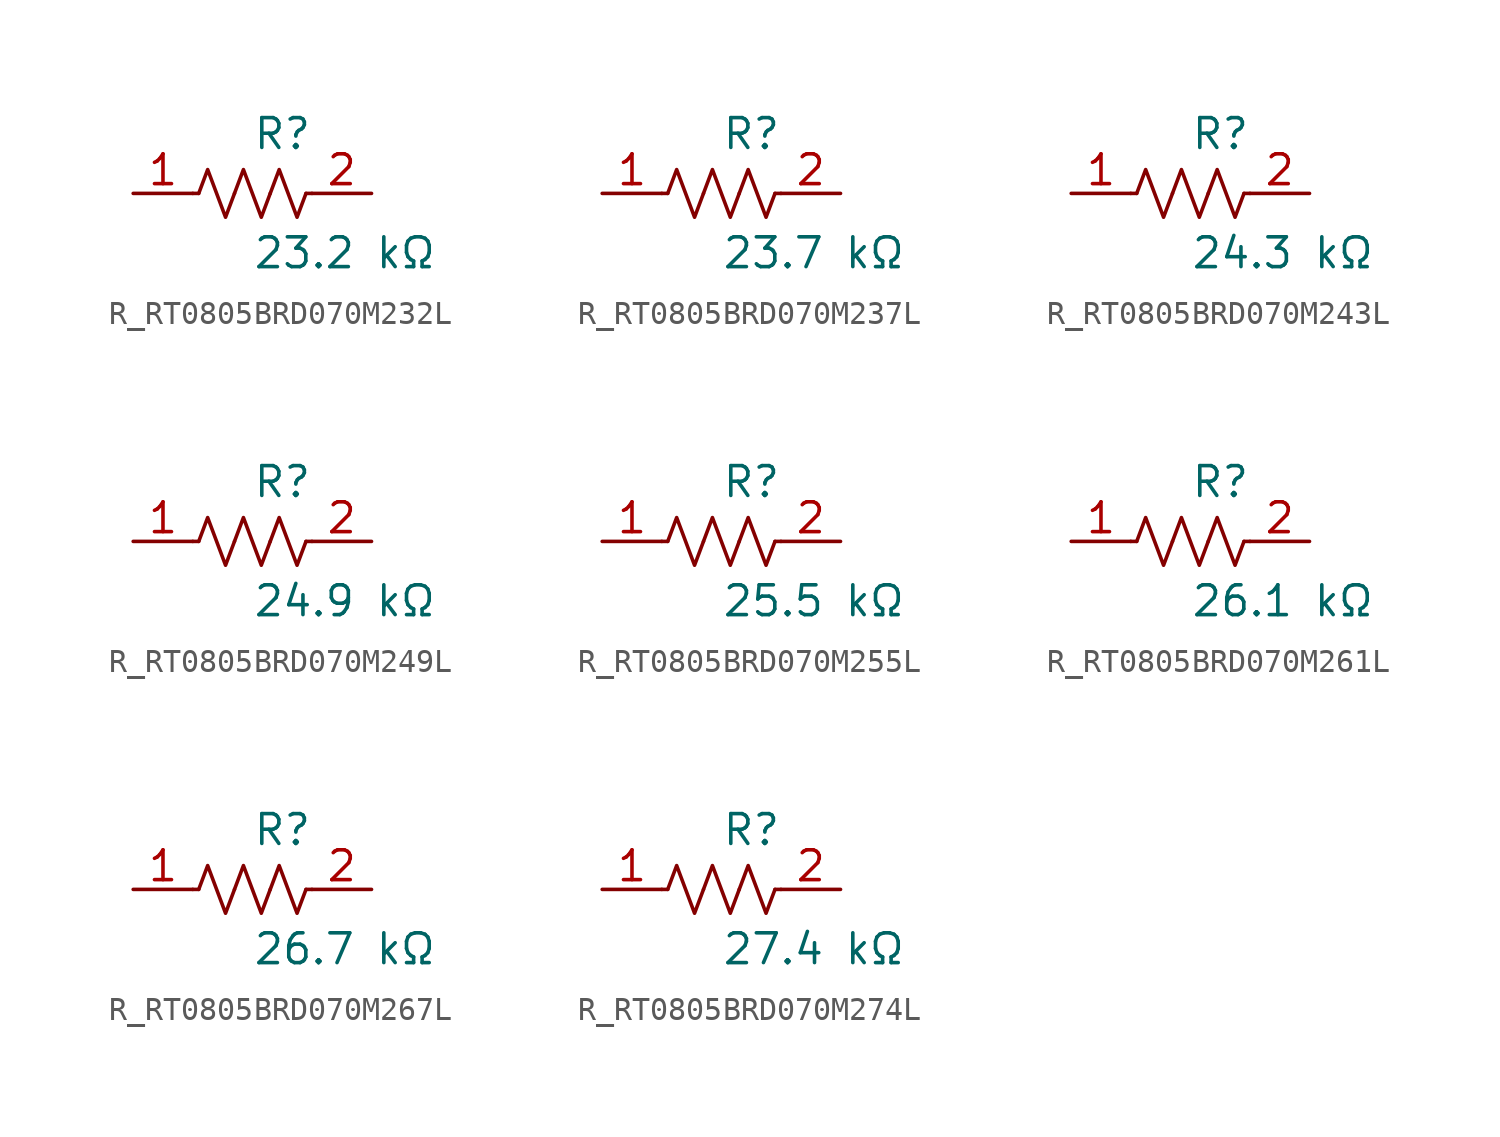
<source format=kicad_sym>
(kicad_symbol_lib
  (version 20231120)
  (generator kicad_symbol_editor)
  (generator_version 8.0)
  (symbol "R_RT0805BRD070M232L"
    (pin_names
      (offset 0.254))
    (property "Reference" "R"
      (at 0.0 2.54 0)
      (effects (font (size 1.27 1.27)) (justify left)))
    (property "Value" "23.2 kΩ"
      (at 0.0 -2.54 0)
      (effects (font (size 1.27 1.27)) (justify left)))
    (symbol "R_RT0805BRD070M232L_0_1"
      (polyline (pts (xy 2.286 0) (xy 2.54 0)) (stroke (width 0) (type default)) (fill (type none)))
      (polyline (pts (xy -2.286 0) (xy -2.54 0)) (stroke (width 0) (type default)) (fill (type none)))
      (polyline (pts (xy 0.762 0) (xy 1.143 1.016) (xy 1.524 0) (xy 1.905 -1.016) (xy 2.286 0)) (stroke (width 0) (type default)) (fill (type none)))
      (polyline (pts (xy -0.762 0) (xy -0.381 1.016) (xy 0 0) (xy 0.381 -1.016) (xy 0.762 0)) (stroke (width 0) (type default)) (fill (type none)))
      (polyline (pts (xy -2.286 0) (xy -1.905 1.016) (xy -1.524 0) (xy -1.143 -1.016) (xy -0.762 0)) (stroke (width 0) (type default)) (fill (type none))))
    (pin unspecified line
      (at -5.08 0 0)
      (length 2.54)
      (name "" (effects (font (size 1.27 1.27))))
      (number "1" (effects (font (size 1.27 1.27)))))
    (pin unspecified line
      (at 5.08 0 180)
      (length 2.54)
      (name "" (effects (font (size 1.27 1.27))))
      (number "2" (effects (font (size 1.27 1.27))))))
  (symbol "R_RT0805BRD070M237L"
    (pin_names
      (offset 0.254))
    (property "Reference" "R"
      (at 0.0 2.54 0)
      (effects (font (size 1.27 1.27)) (justify left)))
    (property "Value" "23.7 kΩ"
      (at 0.0 -2.54 0)
      (effects (font (size 1.27 1.27)) (justify left)))
    (symbol "R_RT0805BRD070M237L_0_1"
      (polyline (pts (xy 2.286 0) (xy 2.54 0)) (stroke (width 0) (type default)) (fill (type none)))
      (polyline (pts (xy -2.286 0) (xy -2.54 0)) (stroke (width 0) (type default)) (fill (type none)))
      (polyline (pts (xy 0.762 0) (xy 1.143 1.016) (xy 1.524 0) (xy 1.905 -1.016) (xy 2.286 0)) (stroke (width 0) (type default)) (fill (type none)))
      (polyline (pts (xy -0.762 0) (xy -0.381 1.016) (xy 0 0) (xy 0.381 -1.016) (xy 0.762 0)) (stroke (width 0) (type default)) (fill (type none)))
      (polyline (pts (xy -2.286 0) (xy -1.905 1.016) (xy -1.524 0) (xy -1.143 -1.016) (xy -0.762 0)) (stroke (width 0) (type default)) (fill (type none))))
    (pin unspecified line
      (at -5.08 0 0)
      (length 2.54)
      (name "" (effects (font (size 1.27 1.27))))
      (number "1" (effects (font (size 1.27 1.27)))))
    (pin unspecified line
      (at 5.08 0 180)
      (length 2.54)
      (name "" (effects (font (size 1.27 1.27))))
      (number "2" (effects (font (size 1.27 1.27))))))
  (symbol "R_RT0805BRD070M243L"
    (pin_names
      (offset 0.254))
    (property "Reference" "R"
      (at 0.0 2.54 0)
      (effects (font (size 1.27 1.27)) (justify left)))
    (property "Value" "24.3 kΩ"
      (at 0.0 -2.54 0)
      (effects (font (size 1.27 1.27)) (justify left)))
    (symbol "R_RT0805BRD070M243L_0_1"
      (polyline (pts (xy 2.286 0) (xy 2.54 0)) (stroke (width 0) (type default)) (fill (type none)))
      (polyline (pts (xy -2.286 0) (xy -2.54 0)) (stroke (width 0) (type default)) (fill (type none)))
      (polyline (pts (xy 0.762 0) (xy 1.143 1.016) (xy 1.524 0) (xy 1.905 -1.016) (xy 2.286 0)) (stroke (width 0) (type default)) (fill (type none)))
      (polyline (pts (xy -0.762 0) (xy -0.381 1.016) (xy 0 0) (xy 0.381 -1.016) (xy 0.762 0)) (stroke (width 0) (type default)) (fill (type none)))
      (polyline (pts (xy -2.286 0) (xy -1.905 1.016) (xy -1.524 0) (xy -1.143 -1.016) (xy -0.762 0)) (stroke (width 0) (type default)) (fill (type none))))
    (pin unspecified line
      (at -5.08 0 0)
      (length 2.54)
      (name "" (effects (font (size 1.27 1.27))))
      (number "1" (effects (font (size 1.27 1.27)))))
    (pin unspecified line
      (at 5.08 0 180)
      (length 2.54)
      (name "" (effects (font (size 1.27 1.27))))
      (number "2" (effects (font (size 1.27 1.27))))))
  (symbol "R_RT0805BRD070M249L"
    (pin_names
      (offset 0.254))
    (property "Reference" "R"
      (at 0.0 2.54 0)
      (effects (font (size 1.27 1.27)) (justify left)))
    (property "Value" "24.9 kΩ"
      (at 0.0 -2.54 0)
      (effects (font (size 1.27 1.27)) (justify left)))
    (symbol "R_RT0805BRD070M249L_0_1"
      (polyline (pts (xy 2.286 0) (xy 2.54 0)) (stroke (width 0) (type default)) (fill (type none)))
      (polyline (pts (xy -2.286 0) (xy -2.54 0)) (stroke (width 0) (type default)) (fill (type none)))
      (polyline (pts (xy 0.762 0) (xy 1.143 1.016) (xy 1.524 0) (xy 1.905 -1.016) (xy 2.286 0)) (stroke (width 0) (type default)) (fill (type none)))
      (polyline (pts (xy -0.762 0) (xy -0.381 1.016) (xy 0 0) (xy 0.381 -1.016) (xy 0.762 0)) (stroke (width 0) (type default)) (fill (type none)))
      (polyline (pts (xy -2.286 0) (xy -1.905 1.016) (xy -1.524 0) (xy -1.143 -1.016) (xy -0.762 0)) (stroke (width 0) (type default)) (fill (type none))))
    (pin unspecified line
      (at -5.08 0 0)
      (length 2.54)
      (name "" (effects (font (size 1.27 1.27))))
      (number "1" (effects (font (size 1.27 1.27)))))
    (pin unspecified line
      (at 5.08 0 180)
      (length 2.54)
      (name "" (effects (font (size 1.27 1.27))))
      (number "2" (effects (font (size 1.27 1.27))))))
  (symbol "R_RT0805BRD070M255L"
    (pin_names
      (offset 0.254))
    (property "Reference" "R"
      (at 0.0 2.54 0)
      (effects (font (size 1.27 1.27)) (justify left)))
    (property "Value" "25.5 kΩ"
      (at 0.0 -2.54 0)
      (effects (font (size 1.27 1.27)) (justify left)))
    (symbol "R_RT0805BRD070M255L_0_1"
      (polyline (pts (xy 2.286 0) (xy 2.54 0)) (stroke (width 0) (type default)) (fill (type none)))
      (polyline (pts (xy -2.286 0) (xy -2.54 0)) (stroke (width 0) (type default)) (fill (type none)))
      (polyline (pts (xy 0.762 0) (xy 1.143 1.016) (xy 1.524 0) (xy 1.905 -1.016) (xy 2.286 0)) (stroke (width 0) (type default)) (fill (type none)))
      (polyline (pts (xy -0.762 0) (xy -0.381 1.016) (xy 0 0) (xy 0.381 -1.016) (xy 0.762 0)) (stroke (width 0) (type default)) (fill (type none)))
      (polyline (pts (xy -2.286 0) (xy -1.905 1.016) (xy -1.524 0) (xy -1.143 -1.016) (xy -0.762 0)) (stroke (width 0) (type default)) (fill (type none))))
    (pin unspecified line
      (at -5.08 0 0)
      (length 2.54)
      (name "" (effects (font (size 1.27 1.27))))
      (number "1" (effects (font (size 1.27 1.27)))))
    (pin unspecified line
      (at 5.08 0 180)
      (length 2.54)
      (name "" (effects (font (size 1.27 1.27))))
      (number "2" (effects (font (size 1.27 1.27))))))
  (symbol "R_RT0805BRD070M261L"
    (pin_names
      (offset 0.254))
    (property "Reference" "R"
      (at 0.0 2.54 0)
      (effects (font (size 1.27 1.27)) (justify left)))
    (property "Value" "26.1 kΩ"
      (at 0.0 -2.54 0)
      (effects (font (size 1.27 1.27)) (justify left)))
    (symbol "R_RT0805BRD070M261L_0_1"
      (polyline (pts (xy 2.286 0) (xy 2.54 0)) (stroke (width 0) (type default)) (fill (type none)))
      (polyline (pts (xy -2.286 0) (xy -2.54 0)) (stroke (width 0) (type default)) (fill (type none)))
      (polyline (pts (xy 0.762 0) (xy 1.143 1.016) (xy 1.524 0) (xy 1.905 -1.016) (xy 2.286 0)) (stroke (width 0) (type default)) (fill (type none)))
      (polyline (pts (xy -0.762 0) (xy -0.381 1.016) (xy 0 0) (xy 0.381 -1.016) (xy 0.762 0)) (stroke (width 0) (type default)) (fill (type none)))
      (polyline (pts (xy -2.286 0) (xy -1.905 1.016) (xy -1.524 0) (xy -1.143 -1.016) (xy -0.762 0)) (stroke (width 0) (type default)) (fill (type none))))
    (pin unspecified line
      (at -5.08 0 0)
      (length 2.54)
      (name "" (effects (font (size 1.27 1.27))))
      (number "1" (effects (font (size 1.27 1.27)))))
    (pin unspecified line
      (at 5.08 0 180)
      (length 2.54)
      (name "" (effects (font (size 1.27 1.27))))
      (number "2" (effects (font (size 1.27 1.27))))))
  (symbol "R_RT0805BRD070M267L"
    (pin_names
      (offset 0.254))
    (property "Reference" "R"
      (at 0.0 2.54 0)
      (effects (font (size 1.27 1.27)) (justify left)))
    (property "Value" "26.7 kΩ"
      (at 0.0 -2.54 0)
      (effects (font (size 1.27 1.27)) (justify left)))
    (symbol "R_RT0805BRD070M267L_0_1"
      (polyline (pts (xy 2.286 0) (xy 2.54 0)) (stroke (width 0) (type default)) (fill (type none)))
      (polyline (pts (xy -2.286 0) (xy -2.54 0)) (stroke (width 0) (type default)) (fill (type none)))
      (polyline (pts (xy 0.762 0) (xy 1.143 1.016) (xy 1.524 0) (xy 1.905 -1.016) (xy 2.286 0)) (stroke (width 0) (type default)) (fill (type none)))
      (polyline (pts (xy -0.762 0) (xy -0.381 1.016) (xy 0 0) (xy 0.381 -1.016) (xy 0.762 0)) (stroke (width 0) (type default)) (fill (type none)))
      (polyline (pts (xy -2.286 0) (xy -1.905 1.016) (xy -1.524 0) (xy -1.143 -1.016) (xy -0.762 0)) (stroke (width 0) (type default)) (fill (type none))))
    (pin unspecified line
      (at -5.08 0 0)
      (length 2.54)
      (name "" (effects (font (size 1.27 1.27))))
      (number "1" (effects (font (size 1.27 1.27)))))
    (pin unspecified line
      (at 5.08 0 180)
      (length 2.54)
      (name "" (effects (font (size 1.27 1.27))))
      (number "2" (effects (font (size 1.27 1.27))))))
  (symbol "R_RT0805BRD070M274L"
    (pin_names
      (offset 0.254))
    (property "Reference" "R"
      (at 0.0 2.54 0)
      (effects (font (size 1.27 1.27)) (justify left)))
    (property "Value" "27.4 kΩ"
      (at 0.0 -2.54 0)
      (effects (font (size 1.27 1.27)) (justify left)))
    (symbol "R_RT0805BRD070M274L_0_1"
      (polyline (pts (xy 2.286 0) (xy 2.54 0)) (stroke (width 0) (type default)) (fill (type none)))
      (polyline (pts (xy -2.286 0) (xy -2.54 0)) (stroke (width 0) (type default)) (fill (type none)))
      (polyline (pts (xy 0.762 0) (xy 1.143 1.016) (xy 1.524 0) (xy 1.905 -1.016) (xy 2.286 0)) (stroke (width 0) (type default)) (fill (type none)))
      (polyline (pts (xy -0.762 0) (xy -0.381 1.016) (xy 0 0) (xy 0.381 -1.016) (xy 0.762 0)) (stroke (width 0) (type default)) (fill (type none)))
      (polyline (pts (xy -2.286 0) (xy -1.905 1.016) (xy -1.524 0) (xy -1.143 -1.016) (xy -0.762 0)) (stroke (width 0) (type default)) (fill (type none))))
    (pin unspecified line
      (at -5.08 0 0)
      (length 2.54)
      (name "" (effects (font (size 1.27 1.27))))
      (number "1" (effects (font (size 1.27 1.27)))))
    (pin unspecified line
      (at 5.08 0 180)
      (length 2.54)
      (name "" (effects (font (size 1.27 1.27))))
      (number "2" (effects (font (size 1.27 1.27)))))))
</source>
